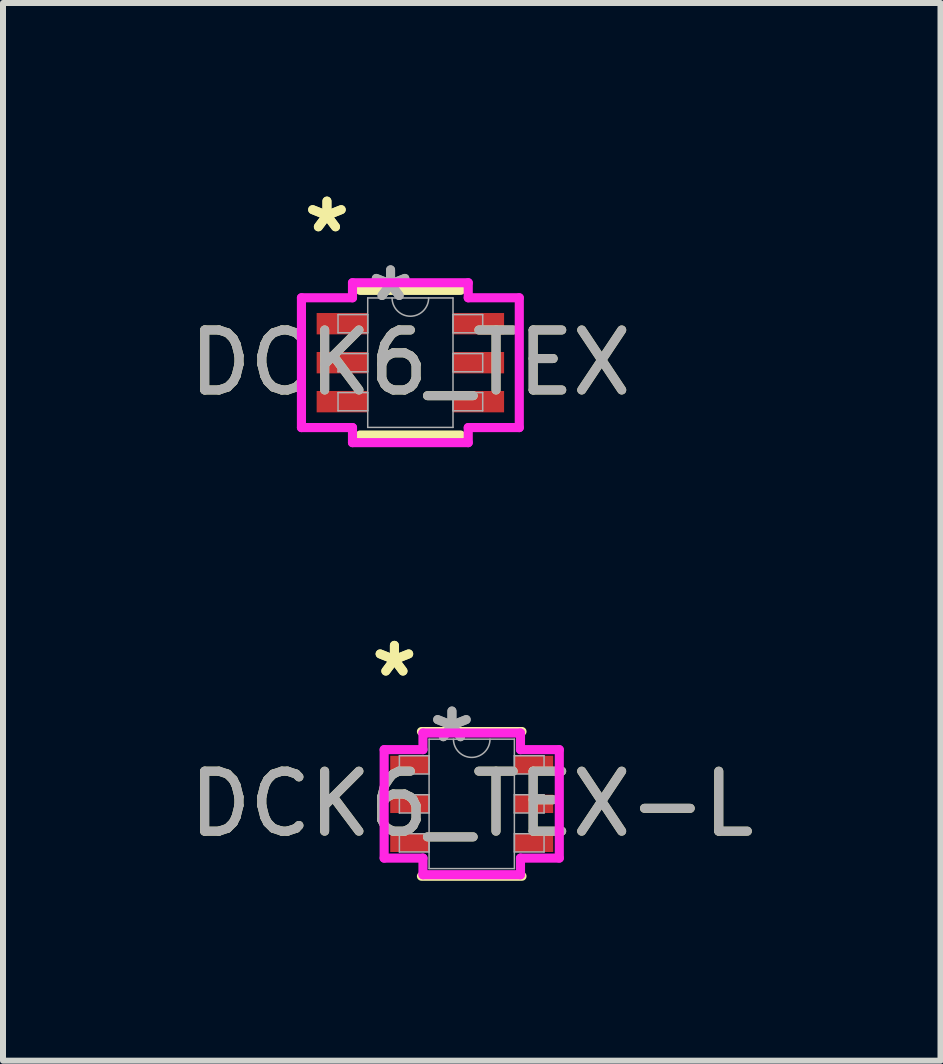
<source format=kicad_pcb>
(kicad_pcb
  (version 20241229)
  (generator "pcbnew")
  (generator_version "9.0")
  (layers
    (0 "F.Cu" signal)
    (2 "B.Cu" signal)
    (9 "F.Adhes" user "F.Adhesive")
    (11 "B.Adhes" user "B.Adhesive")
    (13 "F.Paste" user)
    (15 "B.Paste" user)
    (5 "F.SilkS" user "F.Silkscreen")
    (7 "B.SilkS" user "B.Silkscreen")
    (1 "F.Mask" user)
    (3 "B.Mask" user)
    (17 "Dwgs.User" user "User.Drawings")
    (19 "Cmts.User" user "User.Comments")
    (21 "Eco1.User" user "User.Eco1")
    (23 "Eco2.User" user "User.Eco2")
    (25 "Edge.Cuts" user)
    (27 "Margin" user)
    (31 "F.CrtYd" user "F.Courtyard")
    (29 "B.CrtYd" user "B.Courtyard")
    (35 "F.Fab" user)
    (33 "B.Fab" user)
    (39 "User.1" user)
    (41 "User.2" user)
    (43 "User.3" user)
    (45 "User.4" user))
  (footprint "DCK6_TEX"
    (layer "F.Cu")
    (at 3.792 2.997)
    (property "Reference" "DCK6_TEX" (at 0 0 0) (unlocked yes) (layer "F.SilkS") (effects (font (size 1 1) (thickness 0.15))))
    (attr smd)
    (fp_line (start -0.838 1.206) (end 0.838 1.206) (stroke (width 0.152) (type solid)) (layer "F.SilkS"))
    (fp_line (start 0.838 -1.206) (end -0.838 -1.206) (stroke (width 0.152) (type solid)) (layer "F.SilkS"))
    (fp_line (start -1.816 -1.082) (end -0.965 -1.082) (stroke (width 0.152) (type solid)) (layer "F.CrtYd"))
    (fp_line (start -1.816 1.082) (end -1.816 -1.082) (stroke (width 0.152) (type solid)) (layer "F.CrtYd"))
    (fp_line (start -1.816 1.082) (end -0.965 1.082) (stroke (width 0.152) (type solid)) (layer "F.CrtYd"))
    (fp_line (start -0.965 -1.333) (end 0.965 -1.333) (stroke (width 0.152) (type solid)) (layer "F.CrtYd"))
    (fp_line (start -0.965 -1.082) (end -0.965 -1.333) (stroke (width 0.152) (type solid)) (layer "F.CrtYd"))
    (fp_line (start -0.965 1.333) (end -0.965 1.082) (stroke (width 0.152) (type solid)) (layer "F.CrtYd"))
    (fp_line (start 0.965 -1.333) (end 0.965 -1.082) (stroke (width 0.152) (type solid)) (layer "F.CrtYd"))
    (fp_line (start 0.965 1.082) (end 0.965 1.333) (stroke (width 0.152) (type solid)) (layer "F.CrtYd"))
    (fp_line (start 0.965 1.333) (end -0.965 1.333) (stroke (width 0.152) (type solid)) (layer "F.CrtYd"))
    (fp_line (start 1.816 -1.082) (end 0.965 -1.082) (stroke (width 0.152) (type solid)) (layer "F.CrtYd"))
    (fp_line (start 1.816 -1.082) (end 1.816 1.082) (stroke (width 0.152) (type solid)) (layer "F.CrtYd"))
    (fp_line (start 1.816 1.082) (end 0.965 1.082) (stroke (width 0.152) (type solid)) (layer "F.CrtYd"))
    (fp_line (start -1.206 -0.802) (end -1.206 -0.498) (stroke (width 0.025) (type solid)) (layer "F.Fab"))
    (fp_line (start -1.206 -0.498) (end -0.711 -0.498) (stroke (width 0.025) (type solid)) (layer "F.Fab"))
    (fp_line (start -1.206 -0.152) (end -1.206 0.152) (stroke (width 0.025) (type solid)) (layer "F.Fab"))
    (fp_line (start -1.206 0.152) (end -0.711 0.152) (stroke (width 0.025) (type solid)) (layer "F.Fab"))
    (fp_line (start -1.206 0.498) (end -1.206 0.802) (stroke (width 0.025) (type solid)) (layer "F.Fab"))
    (fp_line (start -1.206 0.802) (end -0.711 0.802) (stroke (width 0.025) (type solid)) (layer "F.Fab"))
    (fp_line (start -0.711 -1.079) (end -0.711 1.079) (stroke (width 0.025) (type solid)) (layer "F.Fab"))
    (fp_line (start -0.711 -0.802) (end -1.206 -0.802) (stroke (width 0.025) (type solid)) (layer "F.Fab"))
    (fp_line (start -0.711 -0.498) (end -0.711 -0.802) (stroke (width 0.025) (type solid)) (layer "F.Fab"))
    (fp_line (start -0.711 -0.152) (end -1.206 -0.152) (stroke (width 0.025) (type solid)) (layer "F.Fab"))
    (fp_line (start -0.711 0.152) (end -0.711 -0.152) (stroke (width 0.025) (type solid)) (layer "F.Fab"))
    (fp_line (start -0.711 0.498) (end -1.206 0.498) (stroke (width 0.025) (type solid)) (layer "F.Fab"))
    (fp_line (start -0.711 0.802) (end -0.711 0.498) (stroke (width 0.025) (type solid)) (layer "F.Fab"))
    (fp_line (start -0.711 1.079) (end 0.711 1.079) (stroke (width 0.025) (type solid)) (layer "F.Fab"))
    (fp_line (start 0.711 -1.079) (end -0.711 -1.079) (stroke (width 0.025) (type solid)) (layer "F.Fab"))
    (fp_line (start 0.711 -0.802) (end 0.711 -0.498) (stroke (width 0.025) (type solid)) (layer "F.Fab"))
    (fp_line (start 0.711 -0.498) (end 1.206 -0.498) (stroke (width 0.025) (type solid)) (layer "F.Fab"))
    (fp_line (start 0.711 -0.152) (end 0.711 0.152) (stroke (width 0.025) (type solid)) (layer "F.Fab"))
    (fp_line (start 0.711 0.152) (end 1.206 0.152) (stroke (width 0.025) (type solid)) (layer "F.Fab"))
    (fp_line (start 0.711 0.498) (end 0.711 0.802) (stroke (width 0.025) (type solid)) (layer "F.Fab"))
    (fp_line (start 0.711 0.802) (end 1.206 0.802) (stroke (width 0.025) (type solid)) (layer "F.Fab"))
    (fp_line (start 0.711 1.079) (end 0.711 -1.079) (stroke (width 0.025) (type solid)) (layer "F.Fab"))
    (fp_line (start 1.206 -0.802) (end 0.711 -0.802) (stroke (width 0.025) (type solid)) (layer "F.Fab"))
    (fp_line (start 1.206 -0.498) (end 1.206 -0.802) (stroke (width 0.025) (type solid)) (layer "F.Fab"))
    (fp_line (start 1.206 -0.152) (end 0.711 -0.152) (stroke (width 0.025) (type solid)) (layer "F.Fab"))
    (fp_line (start 1.206 0.152) (end 1.206 -0.152) (stroke (width 0.025) (type solid)) (layer "F.Fab"))
    (fp_line (start 1.206 0.498) (end 0.711 0.498) (stroke (width 0.025) (type solid)) (layer "F.Fab"))
    (fp_line (start 1.206 0.802) (end 1.206 0.498) (stroke (width 0.025) (type solid)) (layer "F.Fab"))
    (fp_arc (start 0.3048 -1.0795) (mid 0 -0.7747) (end -0.3048 -1.0795) (stroke (width 0.0254) (type solid)) (layer "F.Fab"))
    (fp_text user "*" (at -1.391 -2.149 0) (layer "F.SilkS") (effects (font (size 1 1) (thickness 0.15))))
    (fp_text user "*" (at -1.391 -2.149 0) (unlocked yes) (layer "F.SilkS") (effects (font (size 1 1) (thickness 0.15))))
    (fp_text user "*" (at -0.33 -1.003 0) (layer "F.Fab") (effects (font (size 1 1) (thickness 0.15))))
    (fp_text user "${REFERENCE}" (at 0 0 0) (unlocked yes) (layer "F.Fab") (effects (font (size 1 1) (thickness 0.15))))
    (fp_text user "*" (at -0.33 -1.003 0) (unlocked yes) (layer "F.Fab") (effects (font (size 1 1) (thickness 0.15))))
    (pad "1" smd rect (at -1.137 -0.65) (size 0.851 0.356) (layers "F.Cu" "F.Mask" "F.Paste"))
    (pad "2" smd rect (at -1.137 0) (size 0.851 0.356) (layers "F.Cu" "F.Mask" "F.Paste"))
    (pad "3" smd rect (at -1.137 0.65) (size 0.851 0.356) (layers "F.Cu" "F.Mask" "F.Paste"))
    (pad "4" smd rect (at 1.137 0.65) (size 0.851 0.356) (layers "F.Cu" "F.Mask" "F.Paste"))
    (pad "5" smd rect (at 1.137 0) (size 0.851 0.356) (layers "F.Cu" "F.Mask" "F.Paste"))
    (pad "6" smd rect (at 1.137 -0.65) (size 0.851 0.356) (layers "F.Cu" "F.Mask" "F.Paste")))
  (footprint "DCK6_TEX-L"
    (layer "F.Cu")
    (at 4.815 10.353)
    (property "Reference" "DCK6_TEX-L" (at 0 0 0) (unlocked yes) (layer "F.SilkS") (effects (font (size 1 1) (thickness 0.15))))
    (attr smd)
    (fp_line (start -0.838 1.206) (end 0.838 1.206) (stroke (width 0.152) (type solid)) (layer "F.SilkS"))
    (fp_line (start 0.838 -1.206) (end -0.838 -1.206) (stroke (width 0.152) (type solid)) (layer "F.SilkS"))
    (fp_line (start -1.46 -0.904) (end -0.813 -0.904) (stroke (width 0.152) (type solid)) (layer "F.CrtYd"))
    (fp_line (start -1.46 0.904) (end -1.46 -0.904) (stroke (width 0.152) (type solid)) (layer "F.CrtYd"))
    (fp_line (start -1.46 0.904) (end -0.813 0.904) (stroke (width 0.152) (type solid)) (layer "F.CrtYd"))
    (fp_line (start -0.813 -1.181) (end 0.813 -1.181) (stroke (width 0.152) (type solid)) (layer "F.CrtYd"))
    (fp_line (start -0.813 -0.904) (end -0.813 -1.181) (stroke (width 0.152) (type solid)) (layer "F.CrtYd"))
    (fp_line (start -0.813 1.181) (end -0.813 0.904) (stroke (width 0.152) (type solid)) (layer "F.CrtYd"))
    (fp_line (start 0.813 -1.181) (end 0.813 -0.904) (stroke (width 0.152) (type solid)) (layer "F.CrtYd"))
    (fp_line (start 0.813 0.904) (end 0.813 1.181) (stroke (width 0.152) (type solid)) (layer "F.CrtYd"))
    (fp_line (start 0.813 1.181) (end -0.813 1.181) (stroke (width 0.152) (type solid)) (layer "F.CrtYd"))
    (fp_line (start 1.46 -0.904) (end 0.813 -0.904) (stroke (width 0.152) (type solid)) (layer "F.CrtYd"))
    (fp_line (start 1.46 -0.904) (end 1.46 0.904) (stroke (width 0.152) (type solid)) (layer "F.CrtYd"))
    (fp_line (start 1.46 0.904) (end 0.813 0.904) (stroke (width 0.152) (type solid)) (layer "F.CrtYd"))
    (fp_line (start -1.206 -0.802) (end -1.206 -0.498) (stroke (width 0.025) (type solid)) (layer "F.Fab"))
    (fp_line (start -1.206 -0.498) (end -0.711 -0.498) (stroke (width 0.025) (type solid)) (layer "F.Fab"))
    (fp_line (start -1.206 -0.152) (end -1.206 0.152) (stroke (width 0.025) (type solid)) (layer "F.Fab"))
    (fp_line (start -1.206 0.152) (end -0.711 0.152) (stroke (width 0.025) (type solid)) (layer "F.Fab"))
    (fp_line (start -1.206 0.498) (end -1.206 0.802) (stroke (width 0.025) (type solid)) (layer "F.Fab"))
    (fp_line (start -1.206 0.802) (end -0.711 0.802) (stroke (width 0.025) (type solid)) (layer "F.Fab"))
    (fp_line (start -0.711 -1.079) (end -0.711 1.079) (stroke (width 0.025) (type solid)) (layer "F.Fab"))
    (fp_line (start -0.711 -0.802) (end -1.206 -0.802) (stroke (width 0.025) (type solid)) (layer "F.Fab"))
    (fp_line (start -0.711 -0.498) (end -0.711 -0.802) (stroke (width 0.025) (type solid)) (layer "F.Fab"))
    (fp_line (start -0.711 -0.152) (end -1.206 -0.152) (stroke (width 0.025) (type solid)) (layer "F.Fab"))
    (fp_line (start -0.711 0.152) (end -0.711 -0.152) (stroke (width 0.025) (type solid)) (layer "F.Fab"))
    (fp_line (start -0.711 0.498) (end -1.206 0.498) (stroke (width 0.025) (type solid)) (layer "F.Fab"))
    (fp_line (start -0.711 0.802) (end -0.711 0.498) (stroke (width 0.025) (type solid)) (layer "F.Fab"))
    (fp_line (start -0.711 1.079) (end 0.711 1.079) (stroke (width 0.025) (type solid)) (layer "F.Fab"))
    (fp_line (start 0.711 -1.079) (end -0.711 -1.079) (stroke (width 0.025) (type solid)) (layer "F.Fab"))
    (fp_line (start 0.711 -0.802) (end 0.711 -0.498) (stroke (width 0.025) (type solid)) (layer "F.Fab"))
    (fp_line (start 0.711 -0.498) (end 1.206 -0.498) (stroke (width 0.025) (type solid)) (layer "F.Fab"))
    (fp_line (start 0.711 -0.152) (end 0.711 0.152) (stroke (width 0.025) (type solid)) (layer "F.Fab"))
    (fp_line (start 0.711 0.152) (end 1.206 0.152) (stroke (width 0.025) (type solid)) (layer "F.Fab"))
    (fp_line (start 0.711 0.498) (end 0.711 0.802) (stroke (width 0.025) (type solid)) (layer "F.Fab"))
    (fp_line (start 0.711 0.802) (end 1.206 0.802) (stroke (width 0.025) (type solid)) (layer "F.Fab"))
    (fp_line (start 0.711 1.079) (end 0.711 -1.079) (stroke (width 0.025) (type solid)) (layer "F.Fab"))
    (fp_line (start 1.206 -0.802) (end 0.711 -0.802) (stroke (width 0.025) (type solid)) (layer "F.Fab"))
    (fp_line (start 1.206 -0.498) (end 1.206 -0.802) (stroke (width 0.025) (type solid)) (layer "F.Fab"))
    (fp_line (start 1.206 -0.152) (end 0.711 -0.152) (stroke (width 0.025) (type solid)) (layer "F.Fab"))
    (fp_line (start 1.206 0.152) (end 1.206 -0.152) (stroke (width 0.025) (type solid)) (layer "F.Fab"))
    (fp_line (start 1.206 0.498) (end 0.711 0.498) (stroke (width 0.025) (type solid)) (layer "F.Fab"))
    (fp_line (start 1.206 0.802) (end 1.206 0.498) (stroke (width 0.025) (type solid)) (layer "F.Fab"))
    (fp_arc (start 0.3048 -1.0795) (mid 0 -0.7747) (end -0.3048 -1.0795) (stroke (width 0.0254) (type solid)) (layer "F.Fab"))
    (fp_text user "*" (at -1.289 -2.098 0) (unlocked yes) (layer "F.SilkS") (effects (font (size 1 1) (thickness 0.15))))
    (fp_text user "*" (at -1.289 -2.098 0) (layer "F.SilkS") (effects (font (size 1 1) (thickness 0.15))))
    (fp_text user "${REFERENCE}" (at 0 0 0) (unlocked yes) (layer "F.Fab") (effects (font (size 1 1) (thickness 0.15))))
    (fp_text user "*" (at -0.33 -1.003 0) (unlocked yes) (layer "F.Fab") (effects (font (size 1 1) (thickness 0.15))))
    (fp_text user "*" (at -0.33 -1.003 0) (layer "F.Fab") (effects (font (size 1 1) (thickness 0.15))))
    (pad "1" smd rect (at -1.035 -0.65) (size 0.648 0.305) (layers "F.Cu" "F.Mask" "F.Paste"))
    (pad "2" smd rect (at -1.035 0) (size 0.648 0.305) (layers "F.Cu" "F.Mask" "F.Paste"))
    (pad "3" smd rect (at -1.035 0.65) (size 0.648 0.305) (layers "F.Cu" "F.Mask" "F.Paste"))
    (pad "4" smd rect (at 1.035 0.65) (size 0.648 0.305) (layers "F.Cu" "F.Mask" "F.Paste"))
    (pad "5" smd rect (at 1.035 0) (size 0.648 0.305) (layers "F.Cu" "F.Mask" "F.Paste"))
    (pad "6" smd rect (at 1.035 -0.65) (size 0.648 0.305) (layers "F.Cu" "F.Mask" "F.Paste")))
  (gr_rect
    (start -3 -3)
    (end 12.631 14.635)
    (stroke (width 0.1) (type default))
    (fill no)
    (layer "Edge.Cuts")))
</source>
